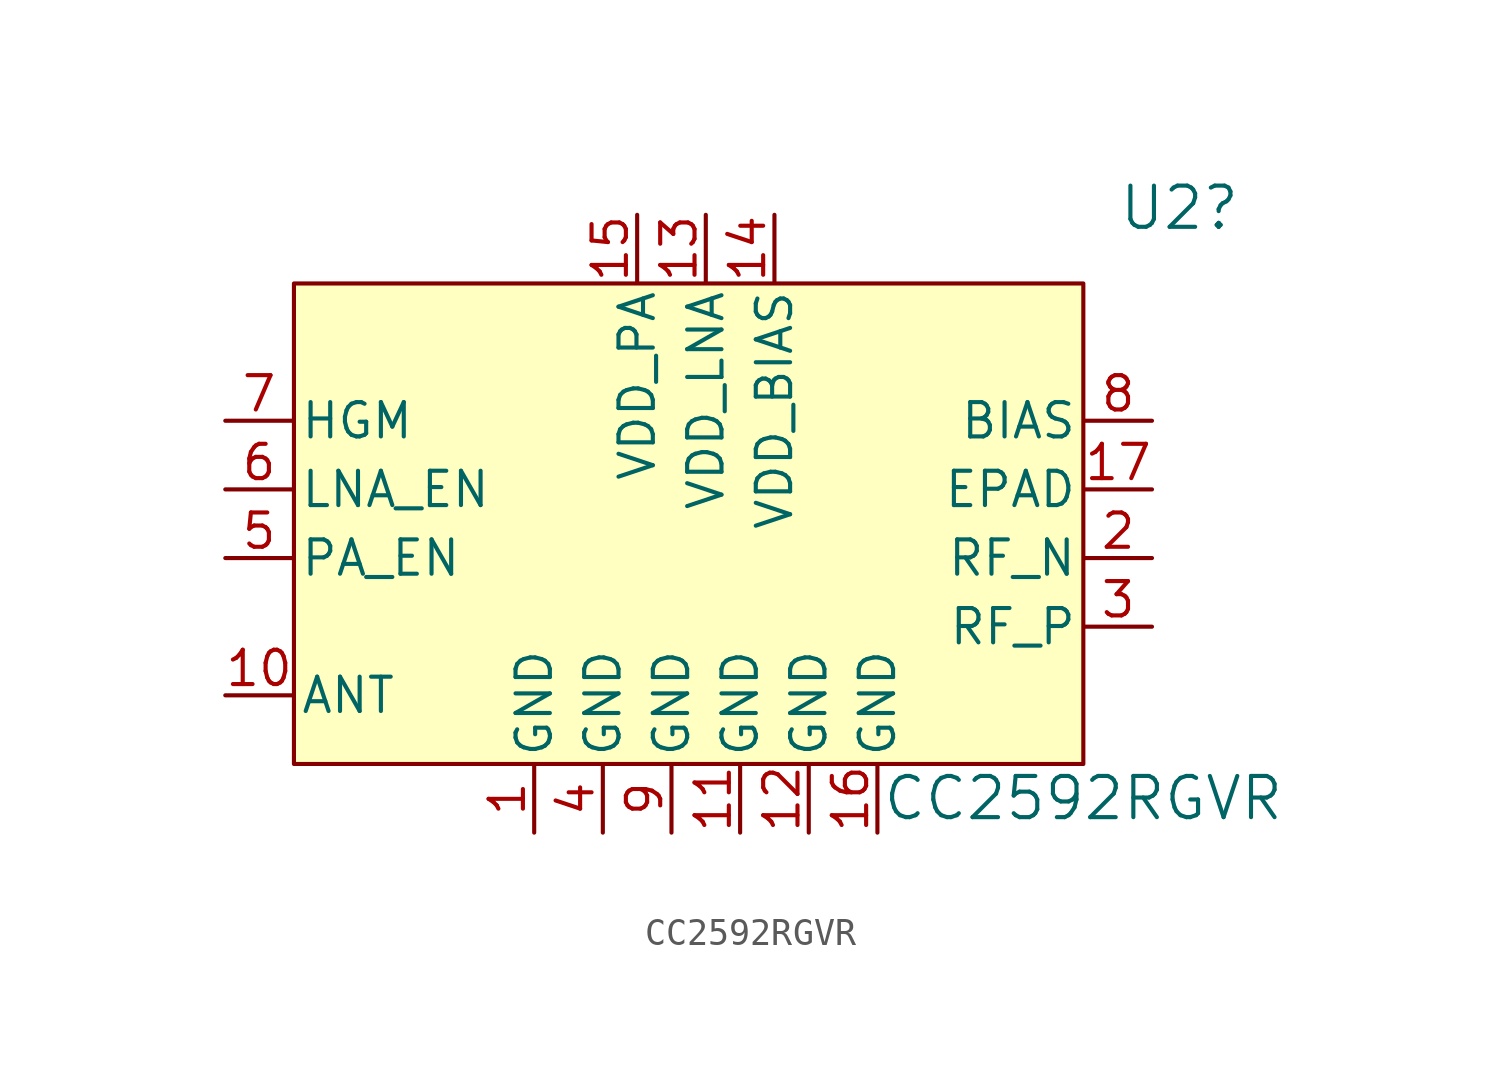
<source format=kicad_sym>
(kicad_symbol_lib
  (version 20231120)
  (generator "kicad_symbol_editor")
  (generator_version "8.0")
  (symbol "CC2592RGVR"
    (pin_names
      (offset 0.254))
    (property "Reference" "U2"
      (at 40.386 7.874 0)
      (effects (font (size 1.524 1.524))))
    (property "Value" "CC2592RGVR"
      (at 36.83 -13.97 0)
      (effects (font (size 1.524 1.524))))
    (property "ki_locked" ""
      (at 0 0 0)
      (effects (font (size 1.27 1.27))))
    (symbol "CC2592RGVR_0_1"
      (pin power_in line (at 16.51 -15.24 90) (length 2.5) (name "GND" (effects (font (size 1.27 1.27)))) (number "1" (effects (font (size 1.27 1.27)))))
      (pin unspecified line (at 5.08 -10.16 0) (length 2.5) (name "ANT" (effects (font (size 1.27 1.27)))) (number "10" (effects (font (size 1.27 1.27)))))
      (pin power_in line (at 24.13 -15.24 90) (length 2.5) (name "GND" (effects (font (size 1.27 1.27)))) (number "11" (effects (font (size 1.27 1.27)))))
      (pin power_in line (at 26.67 -15.24 90) (length 2.5) (name "GND" (effects (font (size 1.27 1.27)))) (number "12" (effects (font (size 1.27 1.27)))))
      (pin power_in line (at 22.86 7.62 270) (length 2.5) (name "VDD_LNA" (effects (font (size 1.27 1.27)))) (number "13" (effects (font (size 1.27 1.27)))))
      (pin power_in line (at 25.4 7.62 270) (length 2.5) (name "VDD_BIAS" (effects (font (size 1.27 1.27)))) (number "14" (effects (font (size 1.27 1.27)))))
      (pin power_in line (at 20.32 7.62 270) (length 2.5) (name "VDD_PA" (effects (font (size 1.27 1.27)))) (number "15" (effects (font (size 1.27 1.27)))))
      (pin power_in line (at 29.21 -15.24 90) (length 2.5) (name "GND" (effects (font (size 1.27 1.27)))) (number "16" (effects (font (size 1.27 1.27)))))
      (pin unspecified line (at 39.37 -2.54 180) (length 2.5) (name "EPAD" (effects (font (size 1.27 1.27)))) (number "17" (effects (font (size 1.27 1.27)))))
      (pin unspecified line (at 39.37 -5.08 180) (length 2.5) (name "RF_N" (effects (font (size 1.27 1.27)))) (number "2" (effects (font (size 1.27 1.27)))))
      (pin unspecified line (at 39.37 -7.62 180) (length 2.5) (name "RF_P" (effects (font (size 1.27 1.27)))) (number "3" (effects (font (size 1.27 1.27)))))
      (pin power_in line (at 19.05 -15.24 90) (length 2.5) (name "GND" (effects (font (size 1.27 1.27)))) (number "4" (effects (font (size 1.27 1.27)))))
      (pin input line (at 5.08 -5.08 0) (length 2.5) (name "PA_EN" (effects (font (size 1.27 1.27)))) (number "5" (effects (font (size 1.27 1.27)))))
      (pin input line (at 5.08 -2.54 0) (length 2.5) (name "LNA_EN" (effects (font (size 1.27 1.27)))) (number "6" (effects (font (size 1.27 1.27)))))
      (pin input line (at 5.08 0 0) (length 2.5) (name "HGM" (effects (font (size 1.27 1.27)))) (number "7" (effects (font (size 1.27 1.27)))))
      (pin unspecified line (at 39.37 0 180) (length 2.5) (name "BIAS" (effects (font (size 1.27 1.27)))) (number "8" (effects (font (size 1.27 1.27)))))
      (pin power_in line (at 21.59 -15.24 90) (length 2.5) (name "GND" (effects (font (size 1.27 1.27)))) (number "9" (effects (font (size 1.27 1.27))))))
    (symbol "CC2592RGVR_1_1"
      (rectangle (start 7.62 5.08) (end 36.83 -12.7) (stroke (width 0) (type default)) (fill (type background))))))
</source>
